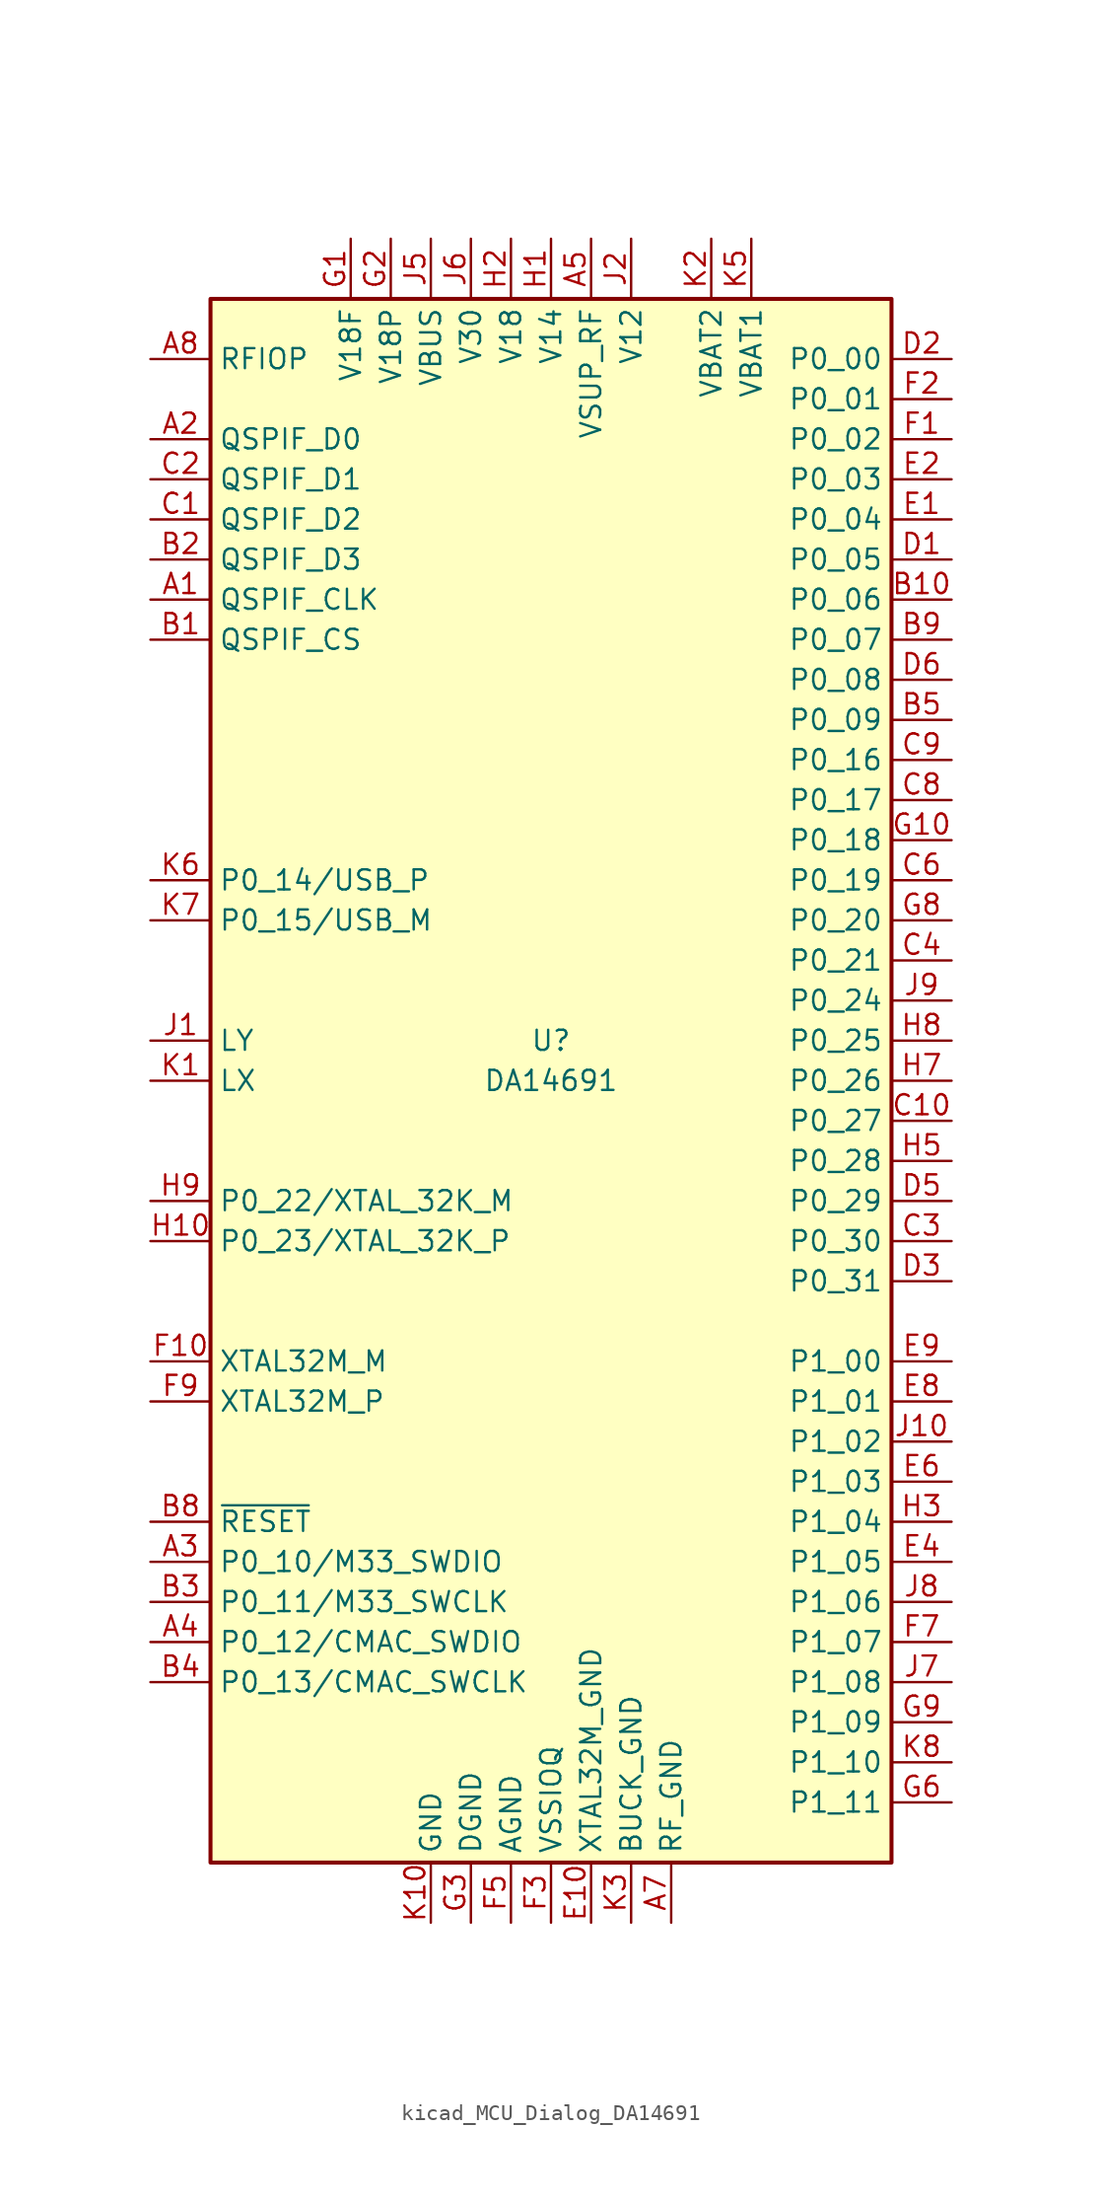
<source format=kicad_sym>
(kicad_symbol_lib
  (version 20220914)
  (generator kicad_symbol_editor)
  (symbol "kicad_MCU_Dialog_DA14691"
    (property "Reference" "U"
      (at 0 2.54 0)
      (effects (font (size 1.27 1.27))))
    (property "Value" "DA14691"
      (at 0 0 0)
      (effects (font (size 1.27 1.27))))
    (symbol "kicad_MCU_Dialog_DA14691_1_1"
      (rectangle (start -21.59 49.53) (end 21.59 -49.53) (stroke (width 0.254) (type default)) (fill (type background)))
      (pin output line (at -25.4 30.48 0) (length 3.81) (name "QSPIF_CLK" (effects (font (size 1.27 1.27)))) (number "A1" (effects (font (size 1.27 1.27)))))
      (pin passive line (at 7.62 -53.34 90) (length 3.81) hide (name "RF_GND" (effects (font (size 1.27 1.27)))) (number "A10" (effects (font (size 1.27 1.27)))))
      (pin bidirectional line (at -25.4 40.64 0) (length 3.81) (name "QSPIF_D0" (effects (font (size 1.27 1.27)))) (number "A2" (effects (font (size 1.27 1.27)))))
      (pin bidirectional line (at -25.4 -30.48 0) (length 3.81) (name "P0_10/M33_SWDIO" (effects (font (size 1.27 1.27)))) (number "A3" (effects (font (size 1.27 1.27)))))
      (pin bidirectional line (at -25.4 -35.56 0) (length 3.81) (name "P0_12/CMAC_SWDIO" (effects (font (size 1.27 1.27)))) (number "A4" (effects (font (size 1.27 1.27)))))
      (pin power_in line (at 2.54 53.34 270) (length 3.81) (name "VSUP_RF" (effects (font (size 1.27 1.27)))) (number "A5" (effects (font (size 1.27 1.27)))))
      (pin passive line (at 7.62 -53.34 90) (length 3.81) hide (name "RF_GND" (effects (font (size 1.27 1.27)))) (number "A6" (effects (font (size 1.27 1.27)))))
      (pin power_in line (at 7.62 -53.34 90) (length 3.81) (name "RF_GND" (effects (font (size 1.27 1.27)))) (number "A7" (effects (font (size 1.27 1.27)))))
      (pin bidirectional line (at -25.4 45.72 0) (length 3.81) (name "RFIOP" (effects (font (size 1.27 1.27)))) (number "A8" (effects (font (size 1.27 1.27)))))
      (pin passive line (at 7.62 -53.34 90) (length 3.81) hide (name "RF_GND" (effects (font (size 1.27 1.27)))) (number "A9" (effects (font (size 1.27 1.27)))))
      (pin output line (at -25.4 27.94 0) (length 3.81) (name "QSPIF_CS" (effects (font (size 1.27 1.27)))) (number "B1" (effects (font (size 1.27 1.27)))))
      (pin bidirectional line (at 25.4 30.48 180) (length 3.81) (name "P0_06" (effects (font (size 1.27 1.27)))) (number "B10" (effects (font (size 1.27 1.27)))))
      (pin bidirectional line (at -25.4 33.02 0) (length 3.81) (name "QSPIF_D3" (effects (font (size 1.27 1.27)))) (number "B2" (effects (font (size 1.27 1.27)))))
      (pin bidirectional line (at -25.4 -33.02 0) (length 3.81) (name "P0_11/M33_SWCLK" (effects (font (size 1.27 1.27)))) (number "B3" (effects (font (size 1.27 1.27)))))
      (pin bidirectional line (at -25.4 -38.1 0) (length 3.81) (name "P0_13/CMAC_SWCLK" (effects (font (size 1.27 1.27)))) (number "B4" (effects (font (size 1.27 1.27)))))
      (pin bidirectional line (at 25.4 22.86 180) (length 3.81) (name "P0_09" (effects (font (size 1.27 1.27)))) (number "B5" (effects (font (size 1.27 1.27)))))
      (pin passive line (at 7.62 -53.34 90) (length 3.81) hide (name "RF_GND" (effects (font (size 1.27 1.27)))) (number "B7" (effects (font (size 1.27 1.27)))))
      (pin input line (at -25.4 -27.94 0) (length 3.81) (name "~{RESET}" (effects (font (size 1.27 1.27)))) (number "B8" (effects (font (size 1.27 1.27)))))
      (pin bidirectional line (at 25.4 27.94 180) (length 3.81) (name "P0_07" (effects (font (size 1.27 1.27)))) (number "B9" (effects (font (size 1.27 1.27)))))
      (pin bidirectional line (at -25.4 35.56 0) (length 3.81) (name "QSPIF_D2" (effects (font (size 1.27 1.27)))) (number "C1" (effects (font (size 1.27 1.27)))))
      (pin bidirectional line (at 25.4 -2.54 180) (length 3.81) (name "P0_27" (effects (font (size 1.27 1.27)))) (number "C10" (effects (font (size 1.27 1.27)))))
      (pin bidirectional line (at -25.4 38.1 0) (length 3.81) (name "QSPIF_D1" (effects (font (size 1.27 1.27)))) (number "C2" (effects (font (size 1.27 1.27)))))
      (pin bidirectional line (at 25.4 -10.16 180) (length 3.81) (name "P0_30" (effects (font (size 1.27 1.27)))) (number "C3" (effects (font (size 1.27 1.27)))))
      (pin bidirectional line (at 25.4 7.62 180) (length 3.81) (name "P0_21" (effects (font (size 1.27 1.27)))) (number "C4" (effects (font (size 1.27 1.27)))))
      (pin bidirectional line (at 25.4 12.7 180) (length 3.81) (name "P0_19" (effects (font (size 1.27 1.27)))) (number "C6" (effects (font (size 1.27 1.27)))))
      (pin bidirectional line (at 25.4 17.78 180) (length 3.81) (name "P0_17" (effects (font (size 1.27 1.27)))) (number "C8" (effects (font (size 1.27 1.27)))))
      (pin bidirectional line (at 25.4 20.32 180) (length 3.81) (name "P0_16" (effects (font (size 1.27 1.27)))) (number "C9" (effects (font (size 1.27 1.27)))))
      (pin bidirectional line (at 25.4 33.02 180) (length 3.81) (name "P0_05" (effects (font (size 1.27 1.27)))) (number "D1" (effects (font (size 1.27 1.27)))))
      (pin passive line (at 7.62 -53.34 90) (length 3.81) hide (name "RF_GND" (effects (font (size 1.27 1.27)))) (number "D10" (effects (font (size 1.27 1.27)))))
      (pin bidirectional line (at 25.4 45.72 180) (length 3.81) (name "P0_00" (effects (font (size 1.27 1.27)))) (number "D2" (effects (font (size 1.27 1.27)))))
      (pin bidirectional line (at 25.4 -12.7 180) (length 3.81) (name "P0_31" (effects (font (size 1.27 1.27)))) (number "D3" (effects (font (size 1.27 1.27)))))
      (pin bidirectional line (at 25.4 -7.62 180) (length 3.81) (name "P0_29" (effects (font (size 1.27 1.27)))) (number "D5" (effects (font (size 1.27 1.27)))))
      (pin bidirectional line (at 25.4 25.4 180) (length 3.81) (name "P0_08" (effects (font (size 1.27 1.27)))) (number "D6" (effects (font (size 1.27 1.27)))))
      (pin passive line (at 7.62 -53.34 90) (length 3.81) hide (name "RF_GND" (effects (font (size 1.27 1.27)))) (number "D9" (effects (font (size 1.27 1.27)))))
      (pin bidirectional line (at 25.4 35.56 180) (length 3.81) (name "P0_04" (effects (font (size 1.27 1.27)))) (number "E1" (effects (font (size 1.27 1.27)))))
      (pin passive line (at 2.54 -53.34 90) (length 3.81) (name "XTAL32M_GND" (effects (font (size 1.27 1.27)))) (number "E10" (effects (font (size 1.27 1.27)))))
      (pin bidirectional line (at 25.4 38.1 180) (length 3.81) (name "P0_03" (effects (font (size 1.27 1.27)))) (number "E2" (effects (font (size 1.27 1.27)))))
      (pin bidirectional line (at 25.4 -30.48 180) (length 3.81) (name "P1_05" (effects (font (size 1.27 1.27)))) (number "E4" (effects (font (size 1.27 1.27)))))
      (pin bidirectional line (at 25.4 -25.4 180) (length 3.81) (name "P1_03" (effects (font (size 1.27 1.27)))) (number "E6" (effects (font (size 1.27 1.27)))))
      (pin bidirectional line (at 25.4 -20.32 180) (length 3.81) (name "P1_01" (effects (font (size 1.27 1.27)))) (number "E8" (effects (font (size 1.27 1.27)))))
      (pin bidirectional line (at 25.4 -17.78 180) (length 3.81) (name "P1_00" (effects (font (size 1.27 1.27)))) (number "E9" (effects (font (size 1.27 1.27)))))
      (pin bidirectional line (at 25.4 40.64 180) (length 3.81) (name "P0_02" (effects (font (size 1.27 1.27)))) (number "F1" (effects (font (size 1.27 1.27)))))
      (pin output line (at -25.4 -17.78 0) (length 3.81) (name "XTAL32M_M" (effects (font (size 1.27 1.27)))) (number "F10" (effects (font (size 1.27 1.27)))))
      (pin bidirectional line (at 25.4 43.18 180) (length 3.81) (name "P0_01" (effects (font (size 1.27 1.27)))) (number "F2" (effects (font (size 1.27 1.27)))))
      (pin power_in line (at 0 -53.34 90) (length 3.81) (name "VSSIOQ" (effects (font (size 1.27 1.27)))) (number "F3" (effects (font (size 1.27 1.27)))))
      (pin passive line (at -5.08 -53.34 90) (length 3.81) hide (name "DGND" (effects (font (size 1.27 1.27)))) (number "F4" (effects (font (size 1.27 1.27)))))
      (pin power_in line (at -2.54 -53.34 90) (length 3.81) (name "AGND" (effects (font (size 1.27 1.27)))) (number "F5" (effects (font (size 1.27 1.27)))))
      (pin bidirectional line (at 25.4 -35.56 180) (length 3.81) (name "P1_07" (effects (font (size 1.27 1.27)))) (number "F7" (effects (font (size 1.27 1.27)))))
      (pin input line (at -25.4 -20.32 0) (length 3.81) (name "XTAL32M_P" (effects (font (size 1.27 1.27)))) (number "F9" (effects (font (size 1.27 1.27)))))
      (pin power_out line (at -12.7 53.34 270) (length 3.81) (name "V18F" (effects (font (size 1.27 1.27)))) (number "G1" (effects (font (size 1.27 1.27)))))
      (pin bidirectional line (at 25.4 15.24 180) (length 3.81) (name "P0_18" (effects (font (size 1.27 1.27)))) (number "G10" (effects (font (size 1.27 1.27)))))
      (pin power_out line (at -10.16 53.34 270) (length 3.81) (name "V18P" (effects (font (size 1.27 1.27)))) (number "G2" (effects (font (size 1.27 1.27)))))
      (pin power_in line (at -5.08 -53.34 90) (length 3.81) (name "DGND" (effects (font (size 1.27 1.27)))) (number "G3" (effects (font (size 1.27 1.27)))))
      (pin passive line (at -5.08 -53.34 90) (length 3.81) hide (name "DGND" (effects (font (size 1.27 1.27)))) (number "G4" (effects (font (size 1.27 1.27)))))
      (pin passive line (at -2.54 -53.34 90) (length 3.81) hide (name "AGND" (effects (font (size 1.27 1.27)))) (number "G5" (effects (font (size 1.27 1.27)))))
      (pin bidirectional line (at 25.4 -45.72 180) (length 3.81) (name "P1_11" (effects (font (size 1.27 1.27)))) (number "G6" (effects (font (size 1.27 1.27)))))
      (pin bidirectional line (at 25.4 10.16 180) (length 3.81) (name "P0_20" (effects (font (size 1.27 1.27)))) (number "G8" (effects (font (size 1.27 1.27)))))
      (pin bidirectional line (at 25.4 -40.64 180) (length 3.81) (name "P1_09" (effects (font (size 1.27 1.27)))) (number "G9" (effects (font (size 1.27 1.27)))))
      (pin power_out line (at 0 53.34 270) (length 3.81) (name "V14" (effects (font (size 1.27 1.27)))) (number "H1" (effects (font (size 1.27 1.27)))))
      (pin bidirectional line (at -25.4 -10.16 0) (length 3.81) (name "P0_23/XTAL_32K_P" (effects (font (size 1.27 1.27)))) (number "H10" (effects (font (size 1.27 1.27)))))
      (pin power_out line (at -2.54 53.34 270) (length 3.81) (name "V18" (effects (font (size 1.27 1.27)))) (number "H2" (effects (font (size 1.27 1.27)))))
      (pin bidirectional line (at 25.4 -27.94 180) (length 3.81) (name "P1_04" (effects (font (size 1.27 1.27)))) (number "H3" (effects (font (size 1.27 1.27)))))
      (pin bidirectional line (at 25.4 -5.08 180) (length 3.81) (name "P0_28" (effects (font (size 1.27 1.27)))) (number "H5" (effects (font (size 1.27 1.27)))))
      (pin bidirectional line (at 25.4 0 180) (length 3.81) (name "P0_26" (effects (font (size 1.27 1.27)))) (number "H7" (effects (font (size 1.27 1.27)))))
      (pin bidirectional line (at 25.4 2.54 180) (length 3.81) (name "P0_25" (effects (font (size 1.27 1.27)))) (number "H8" (effects (font (size 1.27 1.27)))))
      (pin bidirectional line (at -25.4 -7.62 0) (length 3.81) (name "P0_22/XTAL_32K_M" (effects (font (size 1.27 1.27)))) (number "H9" (effects (font (size 1.27 1.27)))))
      (pin passive line (at -25.4 2.54 0) (length 3.81) (name "LY" (effects (font (size 1.27 1.27)))) (number "J1" (effects (font (size 1.27 1.27)))))
      (pin bidirectional line (at 25.4 -22.86 180) (length 3.81) (name "P1_02" (effects (font (size 1.27 1.27)))) (number "J10" (effects (font (size 1.27 1.27)))))
      (pin power_out line (at 5.08 53.34 270) (length 3.81) (name "V12" (effects (font (size 1.27 1.27)))) (number "J2" (effects (font (size 1.27 1.27)))))
      (pin passive line (at -7.62 -53.34 90) (length 3.81) hide (name "GND" (effects (font (size 1.27 1.27)))) (number "J3" (effects (font (size 1.27 1.27)))))
      (pin no_connect line (at -20.32 -45.72 0) (length 3.81) hide (name "NC" (effects (font (size 1.27 1.27)))) (number "J4" (effects (font (size 1.27 1.27)))))
      (pin power_in line (at -7.62 53.34 270) (length 3.81) (name "VBUS" (effects (font (size 1.27 1.27)))) (number "J5" (effects (font (size 1.27 1.27)))))
      (pin power_out line (at -5.08 53.34 270) (length 3.81) (name "V30" (effects (font (size 1.27 1.27)))) (number "J6" (effects (font (size 1.27 1.27)))))
      (pin bidirectional line (at 25.4 -38.1 180) (length 3.81) (name "P1_08" (effects (font (size 1.27 1.27)))) (number "J7" (effects (font (size 1.27 1.27)))))
      (pin bidirectional line (at 25.4 -33.02 180) (length 3.81) (name "P1_06" (effects (font (size 1.27 1.27)))) (number "J8" (effects (font (size 1.27 1.27)))))
      (pin bidirectional line (at 25.4 5.08 180) (length 3.81) (name "P0_24" (effects (font (size 1.27 1.27)))) (number "J9" (effects (font (size 1.27 1.27)))))
      (pin passive line (at -25.4 0 0) (length 3.81) (name "LX" (effects (font (size 1.27 1.27)))) (number "K1" (effects (font (size 1.27 1.27)))))
      (pin power_in line (at -7.62 -53.34 90) (length 3.81) (name "GND" (effects (font (size 1.27 1.27)))) (number "K10" (effects (font (size 1.27 1.27)))))
      (pin power_out line (at 10.16 53.34 270) (length 3.81) (name "VBAT2" (effects (font (size 1.27 1.27)))) (number "K2" (effects (font (size 1.27 1.27)))))
      (pin power_in line (at 5.08 -53.34 90) (length 3.81) (name "BUCK_GND" (effects (font (size 1.27 1.27)))) (number "K3" (effects (font (size 1.27 1.27)))))
      (pin no_connect line (at -20.32 -48.26 0) (length 3.81) hide (name "NC" (effects (font (size 1.27 1.27)))) (number "K4" (effects (font (size 1.27 1.27)))))
      (pin power_out line (at 12.7 53.34 270) (length 3.81) (name "VBAT1" (effects (font (size 1.27 1.27)))) (number "K5" (effects (font (size 1.27 1.27)))))
      (pin bidirectional line (at -25.4 12.7 0) (length 3.81) (name "P0_14/USB_P" (effects (font (size 1.27 1.27)))) (number "K6" (effects (font (size 1.27 1.27)))))
      (pin bidirectional line (at -25.4 10.16 0) (length 3.81) (name "P0_15/USB_M" (effects (font (size 1.27 1.27)))) (number "K7" (effects (font (size 1.27 1.27)))))
      (pin bidirectional line (at 25.4 -43.18 180) (length 3.81) (name "P1_10" (effects (font (size 1.27 1.27)))) (number "K8" (effects (font (size 1.27 1.27)))))
      (pin passive line (at -7.62 -53.34 90) (length 3.81) hide (name "GND" (effects (font (size 1.27 1.27)))) (number "K9" (effects (font (size 1.27 1.27))))))))
</source>
